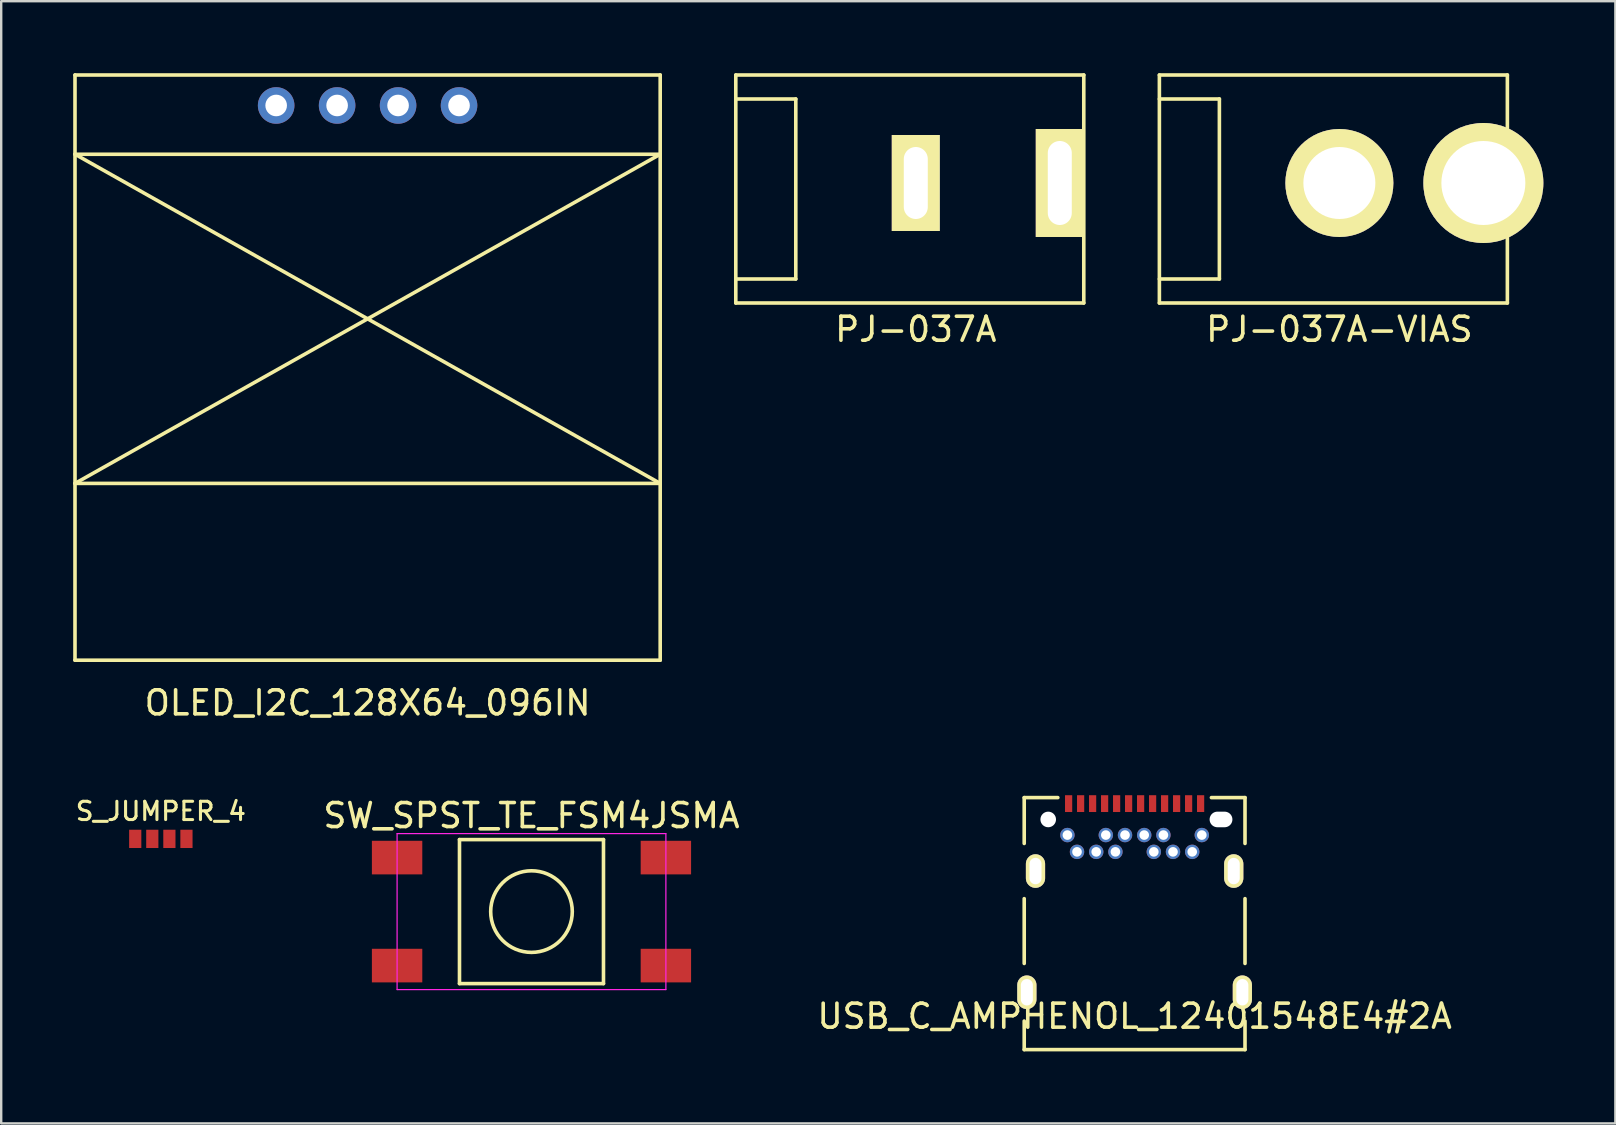
<source format=kicad_pcb>
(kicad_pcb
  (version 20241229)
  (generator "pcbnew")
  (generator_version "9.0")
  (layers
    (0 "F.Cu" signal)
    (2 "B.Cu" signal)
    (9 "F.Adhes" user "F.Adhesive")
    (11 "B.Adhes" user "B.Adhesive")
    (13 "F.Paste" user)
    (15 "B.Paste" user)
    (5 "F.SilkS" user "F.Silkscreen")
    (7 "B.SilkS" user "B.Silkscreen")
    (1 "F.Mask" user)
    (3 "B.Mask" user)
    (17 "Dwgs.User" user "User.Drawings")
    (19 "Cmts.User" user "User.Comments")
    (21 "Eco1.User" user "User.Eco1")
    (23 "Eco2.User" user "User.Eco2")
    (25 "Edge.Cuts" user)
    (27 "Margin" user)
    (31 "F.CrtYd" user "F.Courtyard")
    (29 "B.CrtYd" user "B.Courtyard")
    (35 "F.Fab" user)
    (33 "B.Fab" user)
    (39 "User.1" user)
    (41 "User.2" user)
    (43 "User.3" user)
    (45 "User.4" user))
  (footprint "PJ-037A-VIAS"
    (layer "F.Cu")
    (at 52.759 4.575)
    (property "Reference" "PJ-037A-VIAS" (at 0 6.096 0) (layer "F.SilkS") (effects (font (size 1 1) (thickness 0.15))))
    (attr through_hole)
    (fp_line (start -7.5 -4.5) (end 7 -4.5) (stroke (width 0.15) (type solid)) (layer "F.SilkS"))
    (fp_line (start -7.5 -3.5) (end -5 -3.5) (stroke (width 0.15) (type solid)) (layer "F.SilkS"))
    (fp_line (start -7.5 5) (end -7.5 -4.5) (stroke (width 0.15) (type solid)) (layer "F.SilkS"))
    (fp_line (start -5 -3.5) (end -5 4) (stroke (width 0.15) (type solid)) (layer "F.SilkS"))
    (fp_line (start -5 4) (end -7.5 4) (stroke (width 0.15) (type solid)) (layer "F.SilkS"))
    (fp_line (start 7 -4.5) (end 7 5) (stroke (width 0.15) (type solid)) (layer "F.SilkS"))
    (fp_line (start 7 5) (end -7.5 5) (stroke (width 0.15) (type solid)) (layer "F.SilkS"))
    (pad "1" thru_hole circle (at 6 0) (size 5 5) (drill 3.5) (layers "*.Cu" "*.Mask" "F.SilkS"))
    (pad "2" thru_hole circle (at 0 0) (size 4.5 4.5) (drill 3) (layers "*.Cu" "*.Mask" "F.SilkS")))
  (footprint "PJ-037A"
    (layer "F.Cu")
    (at 35.109 4.575)
    (property "Reference" "PJ-037A" (at 0 6.096 0) (layer "F.SilkS") (effects (font (size 1 1) (thickness 0.15))))
    (attr through_hole)
    (fp_line (start -7.5 -4.5) (end 7 -4.5) (stroke (width 0.15) (type solid)) (layer "F.SilkS"))
    (fp_line (start -7.5 -3.5) (end -5 -3.5) (stroke (width 0.15) (type solid)) (layer "F.SilkS"))
    (fp_line (start -7.5 5) (end -7.5 -4.5) (stroke (width 0.15) (type solid)) (layer "F.SilkS"))
    (fp_line (start -5 -3.5) (end -5 4) (stroke (width 0.15) (type solid)) (layer "F.SilkS"))
    (fp_line (start -5 4) (end -7.5 4) (stroke (width 0.15) (type solid)) (layer "F.SilkS"))
    (fp_line (start 7 -4.5) (end 7 5) (stroke (width 0.15) (type solid)) (layer "F.SilkS"))
    (fp_line (start 7 5) (end -7.5 5) (stroke (width 0.15) (type solid)) (layer "F.SilkS"))
    (pad "1" thru_hole rect (at 6 0) (size 2 4.5) (drill oval 1 3.5) (layers "*.Cu" "*.Mask" "F.SilkS"))
    (pad "2" thru_hole rect (at 0 0) (size 2 4) (drill oval 1 3) (layers "*.Cu" "*.Mask" "F.SilkS")))
  (footprint "S_JUMPER_4"
    (layer "F.Cu")
    (at 3.652 31.904)
    (property "Reference" "S_JUMPER_4" (at 0 -1.15 0) (layer "F.SilkS") (effects (font (size 0.762 0.762) (thickness 0.127))))
    (attr through_hole)
    (pad "1" smd rect (at -1.067 0) (size 0.508 0.762) (layers "F.Cu" "F.Mask" "F.Paste"))
    (pad "2" smd rect (at -0.356 0) (size 0.508 0.762) (layers "F.Cu" "F.Mask" "F.Paste"))
    (pad "3" smd rect (at 0.356 0) (size 0.508 0.762) (layers "F.Cu" "F.Mask" "F.Paste"))
    (pad "4" smd rect (at 1.067 0) (size 0.508 0.762) (layers "F.Cu" "F.Mask" "F.Paste")))
  (footprint "USB_C_AMPHENOL_12401548E4#2A"
    (layer "F.Cu")
    (at 44.227 35.295)
    (property "Reference" "USB_C_AMPHENOL_12401548E4#2A" (at 0 4 0) (layer "F.SilkS") (effects (font (size 1 1) (thickness 0.15))))
    (attr through_hole)
    (fp_line (start -4.6 -5.11) (end -4.6 -3.2) (stroke (width 0.15) (type solid)) (layer "F.SilkS"))
    (fp_line (start -4.6 -5.11) (end -3.2 -5.11) (stroke (width 0.15) (type solid)) (layer "F.SilkS"))
    (fp_line (start -4.6 -0.9) (end -4.6 1.8) (stroke (width 0.15) (type solid)) (layer "F.SilkS"))
    (fp_line (start -4.6 4.2) (end -4.6 5.39) (stroke (width 0.15) (type solid)) (layer "F.SilkS"))
    (fp_line (start -4.6 5.39) (end 4.6 5.39) (stroke (width 0.15) (type solid)) (layer "F.SilkS"))
    (fp_line (start 3.2 -5.11) (end 4.6 -5.11) (stroke (width 0.15) (type solid)) (layer "F.SilkS"))
    (fp_line (start 4.6 -5.11) (end 4.6 -3.2) (stroke (width 0.15) (type solid)) (layer "F.SilkS"))
    (fp_line (start 4.6 -0.9) (end 4.6 1.8) (stroke (width 0.15) (type solid)) (layer "F.SilkS"))
    (fp_line (start 4.6 4.2) (end 4.6 5.39) (stroke (width 0.15) (type solid)) (layer "F.SilkS"))
    (pad "" thru_hole oval (at -4.49 3) (size 0.8 1.4) (drill oval 0.5 1.1) (layers "*.Cu" "*.Mask" "F.SilkS"))
    (pad "" thru_hole oval (at -4.13 -2.05) (size 0.8 1.4) (drill oval 0.5 1.1) (layers "*.Cu" "*.Mask" "F.SilkS"))
    (pad "" np_thru_hole circle (at -3.6 -4.2) (size 0.65 0.65) (drill 0.65) (layers "*.Cu"))
    (pad "" np_thru_hole oval (at 3.6 -4.2) (size 0.95 0.65) (drill oval 0.95 0.65) (layers "*.Cu"))
    (pad "" thru_hole oval (at 4.13 -2.05) (size 0.8 1.4) (drill oval 0.5 1.1) (layers "*.Cu" "*.Mask" "F.SilkS"))
    (pad "" thru_hole oval (at 4.49 3) (size 0.8 1.4) (drill oval 0.5 1.1) (layers "*.Cu" "*.Mask" "F.SilkS"))
    (pad "A1" smd rect (at -2.75 -4.86) (size 0.3 0.7) (layers "F.Cu"))
    (pad "A2" smd rect (at -2.25 -4.86) (size 0.3 0.7) (layers "F.Cu"))
    (pad "A3" smd rect (at -1.75 -4.86) (size 0.3 0.7) (layers "F.Cu"))
    (pad "A4" smd rect (at -1.25 -4.86) (size 0.3 0.7) (layers "F.Cu"))
    (pad "A5" smd rect (at -0.75 -4.86) (size 0.3 0.7) (layers "F.Cu"))
    (pad "A6" smd rect (at -0.25 -4.86) (size 0.3 0.7) (layers "F.Cu"))
    (pad "A7" smd rect (at 0.25 -4.86) (size 0.3 0.7) (layers "F.Cu"))
    (pad "A8" smd rect (at 0.75 -4.86) (size 0.3 0.7) (layers "F.Cu"))
    (pad "A9" smd rect (at 1.25 -4.86) (size 0.3 0.7) (layers "F.Cu"))
    (pad "A10" smd rect (at 1.75 -4.86) (size 0.3 0.7) (layers "F.Cu"))
    (pad "A11" smd rect (at 2.25 -4.86) (size 0.3 0.7) (layers "F.Cu"))
    (pad "A12" smd rect (at 2.75 -4.86) (size 0.3 0.7) (layers "F.Cu"))
    (pad "B1" thru_hole circle (at 2.8 -3.55) (size 0.6 0.6) (drill 0.4) (layers "*.Cu"))
    (pad "B2" thru_hole circle (at 2.4 -2.85) (size 0.6 0.6) (drill 0.4) (layers "*.Cu"))
    (pad "B3" thru_hole circle (at 1.6 -2.85) (size 0.6 0.6) (drill 0.4) (layers "*.Cu"))
    (pad "B4" thru_hole circle (at 1.2 -3.55) (size 0.6 0.6) (drill 0.4) (layers "*.Cu"))
    (pad "B5" thru_hole circle (at 0.8 -2.85) (size 0.6 0.6) (drill 0.4) (layers "*.Cu"))
    (pad "B6" thru_hole circle (at 0.4 -3.55) (size 0.6 0.6) (drill 0.4) (layers "*.Cu"))
    (pad "B7" thru_hole circle (at -0.4 -3.55) (size 0.6 0.6) (drill 0.4) (layers "*.Cu"))
    (pad "B8" thru_hole circle (at -0.8 -2.85) (size 0.6 0.6) (drill 0.4) (layers "*.Cu"))
    (pad "B9" thru_hole circle (at -1.2 -3.55) (size 0.6 0.6) (drill 0.4) (layers "*.Cu"))
    (pad "B10" thru_hole circle (at -1.6 -2.85) (size 0.6 0.6) (drill 0.4) (layers "*.Cu"))
    (pad "B11" thru_hole circle (at -2.4 -2.85) (size 0.6 0.6) (drill 0.4) (layers "*.Cu"))
    (pad "B12" thru_hole circle (at -2.8 -3.55) (size 0.6 0.6) (drill 0.4) (layers "*.Cu")))
  (footprint "OLED_I2C_128X64_096IN"
    (layer "F.Cu")
    (at 12.267 12.267)
    (property "Reference" "OLED_I2C_128X64_096IN" (at 0 13.97 0) (layer "F.SilkS") (effects (font (size 1 1) (thickness 0.15))))
    (attr through_hole)
    (fp_line (start -12.192 -12.192) (end 12.192 -12.192) (stroke (width 0.15) (type solid)) (layer "F.SilkS"))
    (fp_line (start -12.192 -8.89) (end 12.192 -8.89) (stroke (width 0.15) (type solid)) (layer "F.SilkS"))
    (fp_line (start -12.192 -8.89) (end 12.192 4.826) (stroke (width 0.15) (type solid)) (layer "F.SilkS"))
    (fp_line (start -12.192 12.192) (end -12.192 -12.192) (stroke (width 0.15) (type solid)) (layer "F.SilkS"))
    (fp_line (start 12.192 -12.192) (end 12.192 12.192) (stroke (width 0.15) (type solid)) (layer "F.SilkS"))
    (fp_line (start 12.192 -8.89) (end -12.192 4.826) (stroke (width 0.15) (type solid)) (layer "F.SilkS"))
    (fp_line (start 12.192 4.826) (end -12.192 4.826) (stroke (width 0.15) (type solid)) (layer "F.SilkS"))
    (fp_line (start 12.192 12.192) (end -12.192 12.192) (stroke (width 0.15) (type solid)) (layer "F.SilkS"))
    (pad "1" thru_hole circle (at -3.81 -10.922) (size 1.524 1.524) (drill 0.9) (layers "*.Cu" "*.Mask"))
    (pad "2" thru_hole circle (at -1.27 -10.922) (size 1.524 1.524) (drill 0.9) (layers "*.Cu" "*.Mask"))
    (pad "3" thru_hole circle (at 1.27 -10.922) (size 1.524 1.524) (drill 0.9) (layers "*.Cu" "*.Mask"))
    (pad "4" thru_hole circle (at 3.81 -10.922) (size 1.524 1.524) (drill 0.9) (layers "*.Cu" "*.Mask")))
  (footprint "SW_SPST_TE_FSM4JSMA"
    (layer "F.Cu")
    (at 19.096 34.934)
    (property "Reference" "SW_SPST_TE_FSM4JSMA" (at 0 -4 0) (layer "F.SilkS") (effects (font (size 1 1) (thickness 0.15))))
    (attr smd)
    (fp_line (start -3 -3) (end -3 3) (stroke (width 0.15) (type solid)) (layer "F.SilkS"))
    (fp_line (start -3 3) (end 3 3) (stroke (width 0.15) (type solid)) (layer "F.SilkS"))
    (fp_line (start 3 -3) (end -3 -3) (stroke (width 0.15) (type solid)) (layer "F.SilkS"))
    (fp_line (start 3 -3) (end 3 3) (stroke (width 0.15) (type solid)) (layer "F.SilkS"))
    (fp_circle (center 0 0) (end 1.7 0) (stroke (width 0.15) (type solid)) (fill no) (layer "F.SilkS"))
    (fp_line (start -5.6 -3.25) (end 5.6 -3.25) (stroke (width 0.05) (type solid)) (layer "F.CrtYd"))
    (fp_line (start -5.6 3.25) (end -5.6 -3.25) (stroke (width 0.05) (type solid)) (layer "F.CrtYd"))
    (fp_line (start 5.6 -3.25) (end 5.6 3.25) (stroke (width 0.05) (type solid)) (layer "F.CrtYd"))
    (fp_line (start 5.6 3.25) (end -5.6 3.25) (stroke (width 0.05) (type solid)) (layer "F.CrtYd"))
    (pad "1" smd rect (at -5.6 -2.25) (size 2.1 1.4) (layers "F.Cu" "F.Mask" "F.Paste"))
    (pad "1" smd rect (at 5.6 -2.25) (size 2.1 1.4) (layers "F.Cu" "F.Mask" "F.Paste"))
    (pad "2" smd rect (at -5.6 2.25) (size 2.1 1.4) (layers "F.Cu" "F.Mask" "F.Paste"))
    (pad "2" smd rect (at 5.6 2.25) (size 2.1 1.4) (layers "F.Cu" "F.Mask" "F.Paste")))
  (gr_rect
    (start -3 -3)
    (end 64.259 43.76)
    (stroke (width 0.1) (type default))
    (fill no)
    (layer "Edge.Cuts")))
</source>
